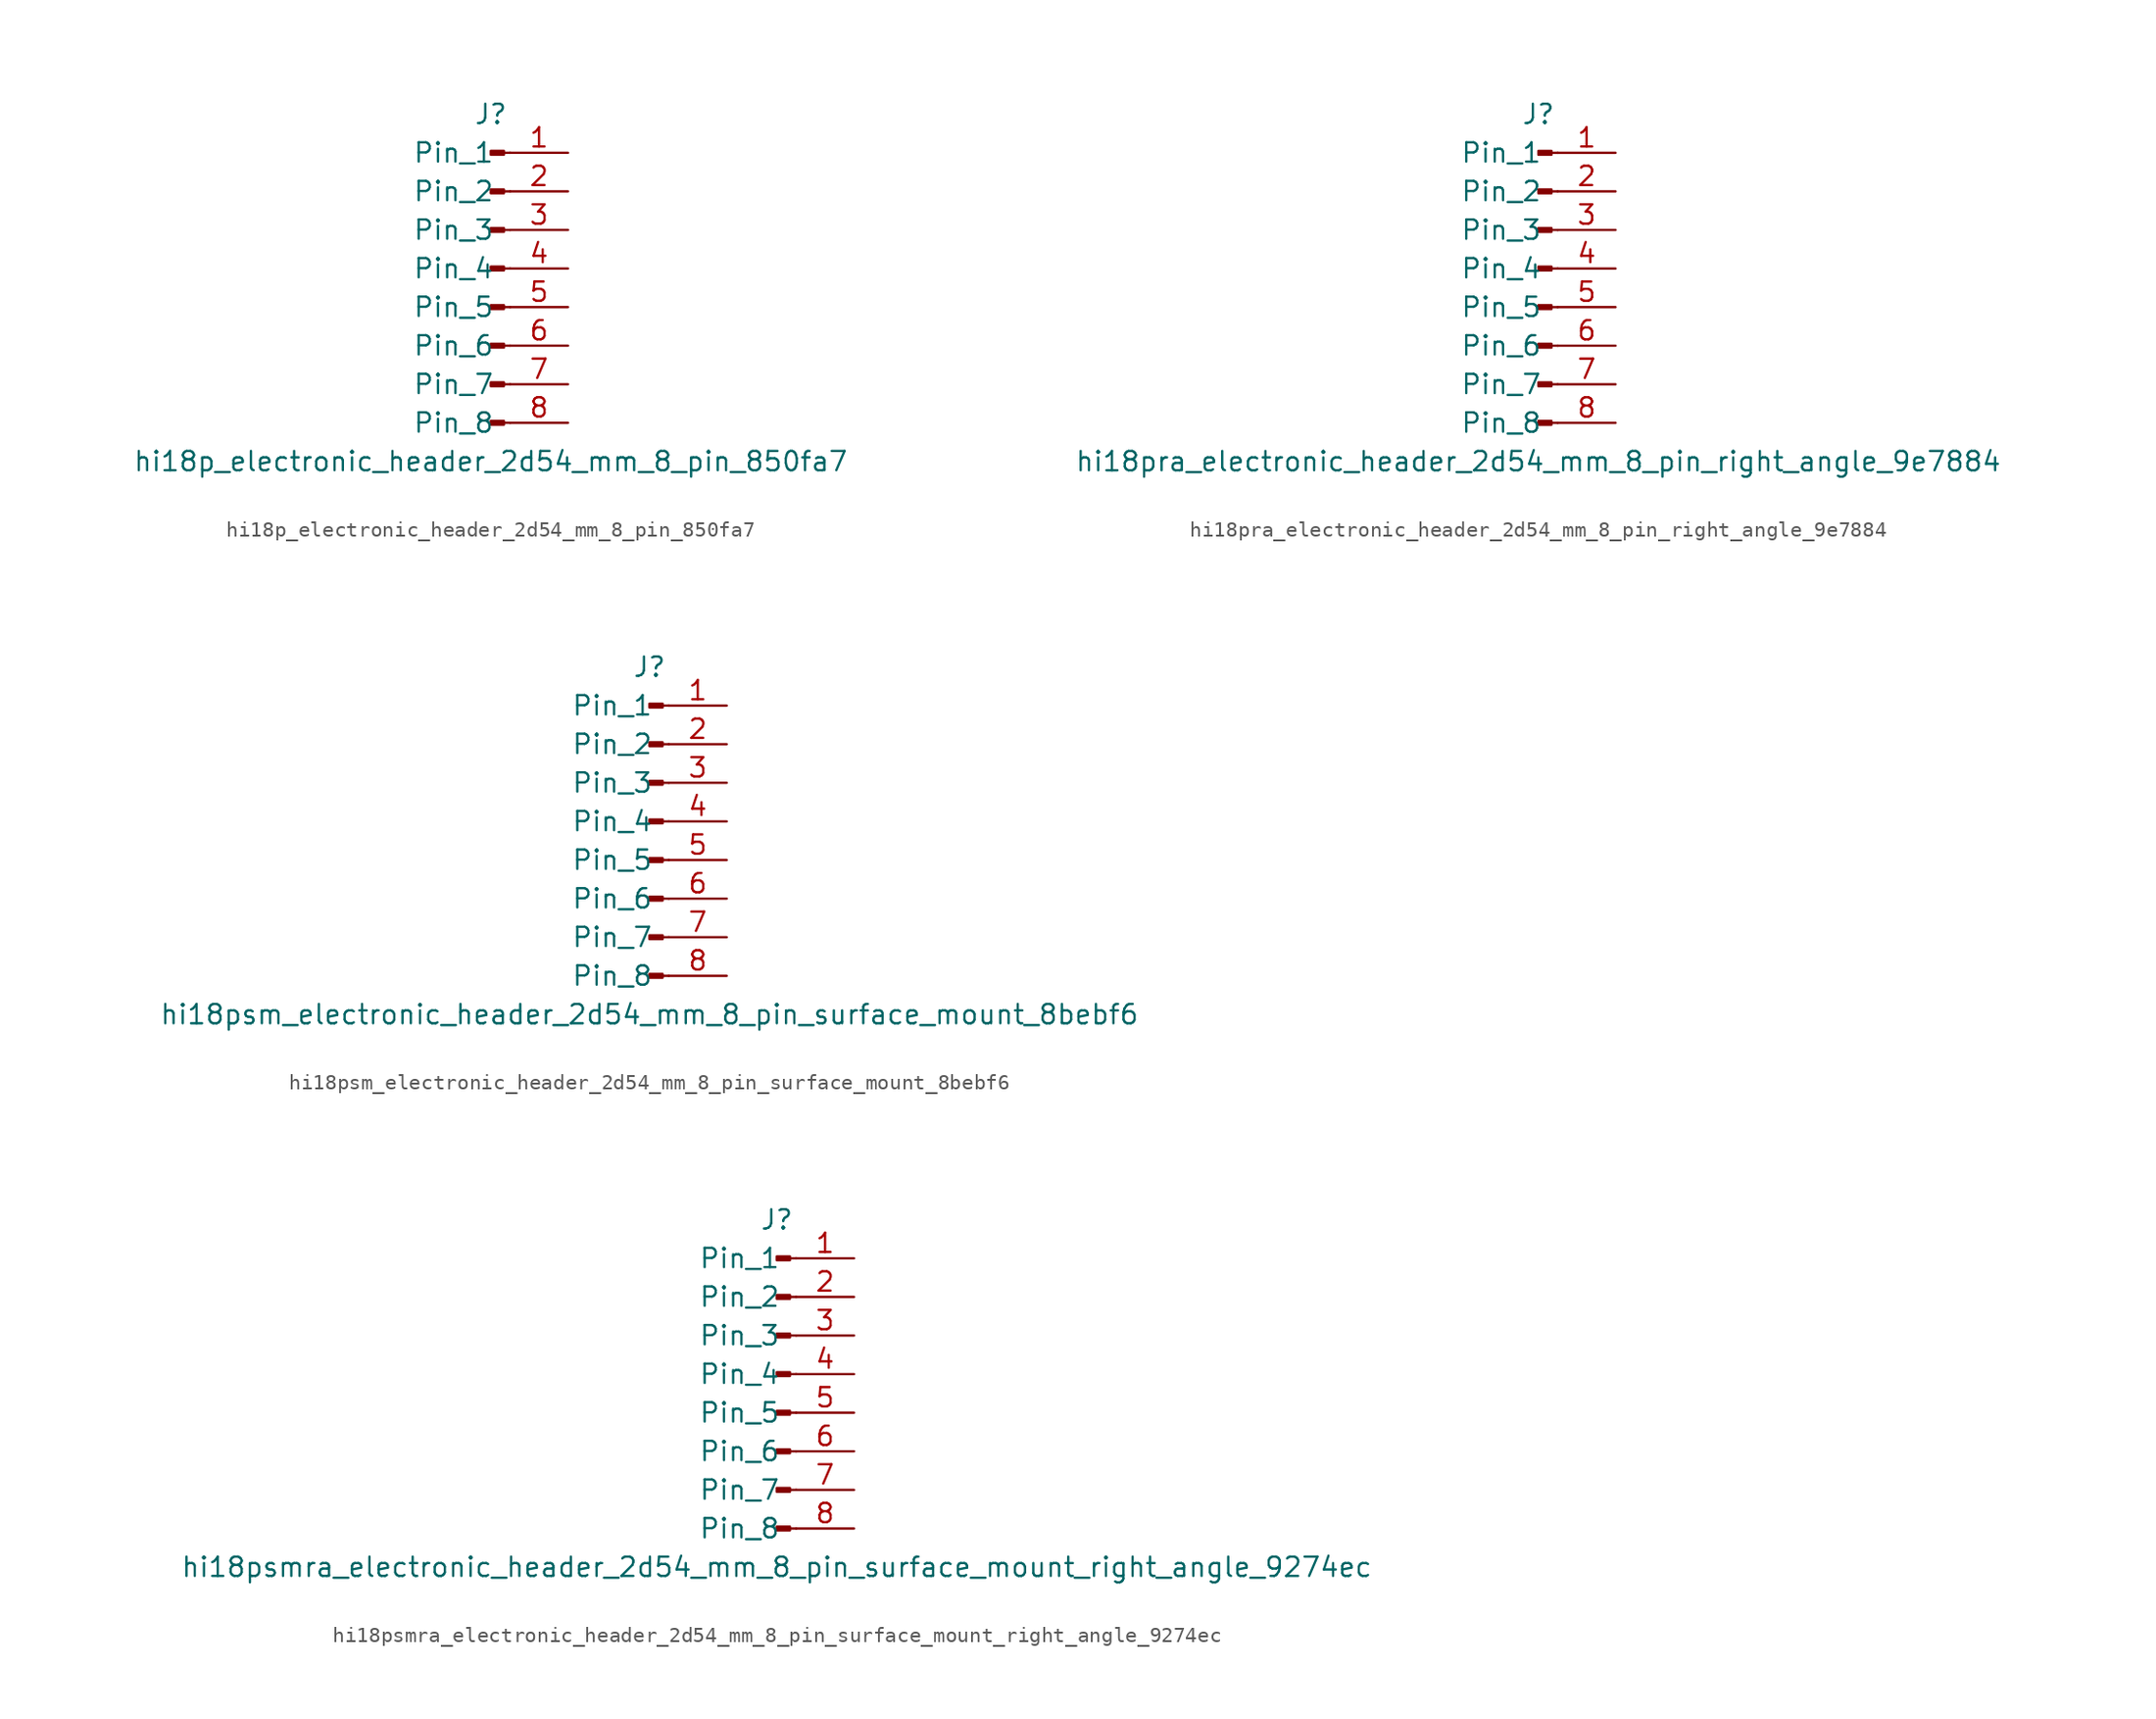
<source format=kicad_sym>
(kicad_symbol_lib
  (version 20220914)
  (generator kicad_symbol_editor)
  (symbol "hi18p_electronic_header_2d54_mm_8_pin_850fa7"
    (pin_names
      (offset 1.016))
    (property "Reference" "J"
      (at 0 10.16 0)
      (effects (font (size 1.27 1.27))))
    (property "Value" "hi18p_electronic_header_2d54_mm_8_pin_850fa7"
      (at 0 -12.7 0)
      (effects (font (size 1.27 1.27))))
    (property "ki_locked" ""
      (at 0 0 0)
      (effects (font (size 1.27 1.27))))
    (symbol "hi18p_electronic_header_2d54_mm_8_pin_850fa7_1_1"
      (polyline (pts (xy 1.27 -10.16) (xy 0.864 -10.16)) (stroke (width 0.152) (type default)) (fill (type none)))
      (polyline (pts (xy 1.27 -7.62) (xy 0.864 -7.62)) (stroke (width 0.152) (type default)) (fill (type none)))
      (polyline (pts (xy 1.27 -5.08) (xy 0.864 -5.08)) (stroke (width 0.152) (type default)) (fill (type none)))
      (polyline (pts (xy 1.27 -2.54) (xy 0.864 -2.54)) (stroke (width 0.152) (type default)) (fill (type none)))
      (polyline (pts (xy 1.27 0) (xy 0.864 0)) (stroke (width 0.152) (type default)) (fill (type none)))
      (polyline (pts (xy 1.27 2.54) (xy 0.864 2.54)) (stroke (width 0.152) (type default)) (fill (type none)))
      (polyline (pts (xy 1.27 5.08) (xy 0.864 5.08)) (stroke (width 0.152) (type default)) (fill (type none)))
      (polyline (pts (xy 1.27 7.62) (xy 0.864 7.62)) (stroke (width 0.152) (type default)) (fill (type none)))
      (rectangle (start 0.864 -10.033) (end 0 -10.287) (stroke (width 0.152) (type default)) (fill (type outline)))
      (rectangle (start 0.864 -7.493) (end 0 -7.747) (stroke (width 0.152) (type default)) (fill (type outline)))
      (rectangle (start 0.864 -4.953) (end 0 -5.207) (stroke (width 0.152) (type default)) (fill (type outline)))
      (rectangle (start 0.864 -2.413) (end 0 -2.667) (stroke (width 0.152) (type default)) (fill (type outline)))
      (rectangle (start 0.864 0.127) (end 0 -0.127) (stroke (width 0.152) (type default)) (fill (type outline)))
      (rectangle (start 0.864 2.667) (end 0 2.413) (stroke (width 0.152) (type default)) (fill (type outline)))
      (rectangle (start 0.864 5.207) (end 0 4.953) (stroke (width 0.152) (type default)) (fill (type outline)))
      (rectangle (start 0.864 7.747) (end 0 7.493) (stroke (width 0.152) (type default)) (fill (type outline)))
      (pin passive line (at 5.08 7.62 180) (length 3.81) (name "Pin_1" (effects (font (size 1.27 1.27)))) (number "1" (effects (font (size 1.27 1.27)))))
      (pin passive line (at 5.08 5.08 180) (length 3.81) (name "Pin_2" (effects (font (size 1.27 1.27)))) (number "2" (effects (font (size 1.27 1.27)))))
      (pin passive line (at 5.08 2.54 180) (length 3.81) (name "Pin_3" (effects (font (size 1.27 1.27)))) (number "3" (effects (font (size 1.27 1.27)))))
      (pin passive line (at 5.08 0 180) (length 3.81) (name "Pin_4" (effects (font (size 1.27 1.27)))) (number "4" (effects (font (size 1.27 1.27)))))
      (pin passive line (at 5.08 -2.54 180) (length 3.81) (name "Pin_5" (effects (font (size 1.27 1.27)))) (number "5" (effects (font (size 1.27 1.27)))))
      (pin passive line (at 5.08 -5.08 180) (length 3.81) (name "Pin_6" (effects (font (size 1.27 1.27)))) (number "6" (effects (font (size 1.27 1.27)))))
      (pin passive line (at 5.08 -7.62 180) (length 3.81) (name "Pin_7" (effects (font (size 1.27 1.27)))) (number "7" (effects (font (size 1.27 1.27)))))
      (pin passive line (at 5.08 -10.16 180) (length 3.81) (name "Pin_8" (effects (font (size 1.27 1.27)))) (number "8" (effects (font (size 1.27 1.27)))))))
  (symbol "hi18pra_electronic_header_2d54_mm_8_pin_right_angle_9e7884"
    (pin_names
      (offset 1.016))
    (property "Reference" "J"
      (at 0 10.16 0)
      (effects (font (size 1.27 1.27))))
    (property "Value" "hi18pra_electronic_header_2d54_mm_8_pin_right_angle_9e7884"
      (at 0 -12.7 0)
      (effects (font (size 1.27 1.27))))
    (property "ki_locked" ""
      (at 0 0 0)
      (effects (font (size 1.27 1.27))))
    (symbol "hi18pra_electronic_header_2d54_mm_8_pin_right_angle_9e7884_1_1"
      (polyline (pts (xy 1.27 -10.16) (xy 0.864 -10.16)) (stroke (width 0.152) (type default)) (fill (type none)))
      (polyline (pts (xy 1.27 -7.62) (xy 0.864 -7.62)) (stroke (width 0.152) (type default)) (fill (type none)))
      (polyline (pts (xy 1.27 -5.08) (xy 0.864 -5.08)) (stroke (width 0.152) (type default)) (fill (type none)))
      (polyline (pts (xy 1.27 -2.54) (xy 0.864 -2.54)) (stroke (width 0.152) (type default)) (fill (type none)))
      (polyline (pts (xy 1.27 0) (xy 0.864 0)) (stroke (width 0.152) (type default)) (fill (type none)))
      (polyline (pts (xy 1.27 2.54) (xy 0.864 2.54)) (stroke (width 0.152) (type default)) (fill (type none)))
      (polyline (pts (xy 1.27 5.08) (xy 0.864 5.08)) (stroke (width 0.152) (type default)) (fill (type none)))
      (polyline (pts (xy 1.27 7.62) (xy 0.864 7.62)) (stroke (width 0.152) (type default)) (fill (type none)))
      (rectangle (start 0.864 -10.033) (end 0 -10.287) (stroke (width 0.152) (type default)) (fill (type outline)))
      (rectangle (start 0.864 -7.493) (end 0 -7.747) (stroke (width 0.152) (type default)) (fill (type outline)))
      (rectangle (start 0.864 -4.953) (end 0 -5.207) (stroke (width 0.152) (type default)) (fill (type outline)))
      (rectangle (start 0.864 -2.413) (end 0 -2.667) (stroke (width 0.152) (type default)) (fill (type outline)))
      (rectangle (start 0.864 0.127) (end 0 -0.127) (stroke (width 0.152) (type default)) (fill (type outline)))
      (rectangle (start 0.864 2.667) (end 0 2.413) (stroke (width 0.152) (type default)) (fill (type outline)))
      (rectangle (start 0.864 5.207) (end 0 4.953) (stroke (width 0.152) (type default)) (fill (type outline)))
      (rectangle (start 0.864 7.747) (end 0 7.493) (stroke (width 0.152) (type default)) (fill (type outline)))
      (pin passive line (at 5.08 7.62 180) (length 3.81) (name "Pin_1" (effects (font (size 1.27 1.27)))) (number "1" (effects (font (size 1.27 1.27)))))
      (pin passive line (at 5.08 5.08 180) (length 3.81) (name "Pin_2" (effects (font (size 1.27 1.27)))) (number "2" (effects (font (size 1.27 1.27)))))
      (pin passive line (at 5.08 2.54 180) (length 3.81) (name "Pin_3" (effects (font (size 1.27 1.27)))) (number "3" (effects (font (size 1.27 1.27)))))
      (pin passive line (at 5.08 0 180) (length 3.81) (name "Pin_4" (effects (font (size 1.27 1.27)))) (number "4" (effects (font (size 1.27 1.27)))))
      (pin passive line (at 5.08 -2.54 180) (length 3.81) (name "Pin_5" (effects (font (size 1.27 1.27)))) (number "5" (effects (font (size 1.27 1.27)))))
      (pin passive line (at 5.08 -5.08 180) (length 3.81) (name "Pin_6" (effects (font (size 1.27 1.27)))) (number "6" (effects (font (size 1.27 1.27)))))
      (pin passive line (at 5.08 -7.62 180) (length 3.81) (name "Pin_7" (effects (font (size 1.27 1.27)))) (number "7" (effects (font (size 1.27 1.27)))))
      (pin passive line (at 5.08 -10.16 180) (length 3.81) (name "Pin_8" (effects (font (size 1.27 1.27)))) (number "8" (effects (font (size 1.27 1.27)))))))
  (symbol "hi18psm_electronic_header_2d54_mm_8_pin_surface_mount_8bebf6"
    (pin_names
      (offset 1.016))
    (property "Reference" "J"
      (at 0 10.16 0)
      (effects (font (size 1.27 1.27))))
    (property "Value" "hi18psm_electronic_header_2d54_mm_8_pin_surface_mount_8bebf6"
      (at 0 -12.7 0)
      (effects (font (size 1.27 1.27))))
    (property "ki_locked" ""
      (at 0 0 0)
      (effects (font (size 1.27 1.27))))
    (symbol "hi18psm_electronic_header_2d54_mm_8_pin_surface_mount_8bebf6_1_1"
      (polyline (pts (xy 1.27 -10.16) (xy 0.864 -10.16)) (stroke (width 0.152) (type default)) (fill (type none)))
      (polyline (pts (xy 1.27 -7.62) (xy 0.864 -7.62)) (stroke (width 0.152) (type default)) (fill (type none)))
      (polyline (pts (xy 1.27 -5.08) (xy 0.864 -5.08)) (stroke (width 0.152) (type default)) (fill (type none)))
      (polyline (pts (xy 1.27 -2.54) (xy 0.864 -2.54)) (stroke (width 0.152) (type default)) (fill (type none)))
      (polyline (pts (xy 1.27 0) (xy 0.864 0)) (stroke (width 0.152) (type default)) (fill (type none)))
      (polyline (pts (xy 1.27 2.54) (xy 0.864 2.54)) (stroke (width 0.152) (type default)) (fill (type none)))
      (polyline (pts (xy 1.27 5.08) (xy 0.864 5.08)) (stroke (width 0.152) (type default)) (fill (type none)))
      (polyline (pts (xy 1.27 7.62) (xy 0.864 7.62)) (stroke (width 0.152) (type default)) (fill (type none)))
      (rectangle (start 0.864 -10.033) (end 0 -10.287) (stroke (width 0.152) (type default)) (fill (type outline)))
      (rectangle (start 0.864 -7.493) (end 0 -7.747) (stroke (width 0.152) (type default)) (fill (type outline)))
      (rectangle (start 0.864 -4.953) (end 0 -5.207) (stroke (width 0.152) (type default)) (fill (type outline)))
      (rectangle (start 0.864 -2.413) (end 0 -2.667) (stroke (width 0.152) (type default)) (fill (type outline)))
      (rectangle (start 0.864 0.127) (end 0 -0.127) (stroke (width 0.152) (type default)) (fill (type outline)))
      (rectangle (start 0.864 2.667) (end 0 2.413) (stroke (width 0.152) (type default)) (fill (type outline)))
      (rectangle (start 0.864 5.207) (end 0 4.953) (stroke (width 0.152) (type default)) (fill (type outline)))
      (rectangle (start 0.864 7.747) (end 0 7.493) (stroke (width 0.152) (type default)) (fill (type outline)))
      (pin passive line (at 5.08 7.62 180) (length 3.81) (name "Pin_1" (effects (font (size 1.27 1.27)))) (number "1" (effects (font (size 1.27 1.27)))))
      (pin passive line (at 5.08 5.08 180) (length 3.81) (name "Pin_2" (effects (font (size 1.27 1.27)))) (number "2" (effects (font (size 1.27 1.27)))))
      (pin passive line (at 5.08 2.54 180) (length 3.81) (name "Pin_3" (effects (font (size 1.27 1.27)))) (number "3" (effects (font (size 1.27 1.27)))))
      (pin passive line (at 5.08 0 180) (length 3.81) (name "Pin_4" (effects (font (size 1.27 1.27)))) (number "4" (effects (font (size 1.27 1.27)))))
      (pin passive line (at 5.08 -2.54 180) (length 3.81) (name "Pin_5" (effects (font (size 1.27 1.27)))) (number "5" (effects (font (size 1.27 1.27)))))
      (pin passive line (at 5.08 -5.08 180) (length 3.81) (name "Pin_6" (effects (font (size 1.27 1.27)))) (number "6" (effects (font (size 1.27 1.27)))))
      (pin passive line (at 5.08 -7.62 180) (length 3.81) (name "Pin_7" (effects (font (size 1.27 1.27)))) (number "7" (effects (font (size 1.27 1.27)))))
      (pin passive line (at 5.08 -10.16 180) (length 3.81) (name "Pin_8" (effects (font (size 1.27 1.27)))) (number "8" (effects (font (size 1.27 1.27)))))))
  (symbol "hi18psmra_electronic_header_2d54_mm_8_pin_surface_mount_right_angle_9274ec"
    (pin_names
      (offset 1.016))
    (property "Reference" "J"
      (at 0 10.16 0)
      (effects (font (size 1.27 1.27))))
    (property "Value" "hi18psmra_electronic_header_2d54_mm_8_pin_surface_mount_right_angle_9274ec"
      (at 0 -12.7 0)
      (effects (font (size 1.27 1.27))))
    (property "ki_locked" ""
      (at 0 0 0)
      (effects (font (size 1.27 1.27))))
    (symbol "hi18psmra_electronic_header_2d54_mm_8_pin_surface_mount_right_angle_9274ec_1_1"
      (polyline (pts (xy 1.27 -10.16) (xy 0.864 -10.16)) (stroke (width 0.152) (type default)) (fill (type none)))
      (polyline (pts (xy 1.27 -7.62) (xy 0.864 -7.62)) (stroke (width 0.152) (type default)) (fill (type none)))
      (polyline (pts (xy 1.27 -5.08) (xy 0.864 -5.08)) (stroke (width 0.152) (type default)) (fill (type none)))
      (polyline (pts (xy 1.27 -2.54) (xy 0.864 -2.54)) (stroke (width 0.152) (type default)) (fill (type none)))
      (polyline (pts (xy 1.27 0) (xy 0.864 0)) (stroke (width 0.152) (type default)) (fill (type none)))
      (polyline (pts (xy 1.27 2.54) (xy 0.864 2.54)) (stroke (width 0.152) (type default)) (fill (type none)))
      (polyline (pts (xy 1.27 5.08) (xy 0.864 5.08)) (stroke (width 0.152) (type default)) (fill (type none)))
      (polyline (pts (xy 1.27 7.62) (xy 0.864 7.62)) (stroke (width 0.152) (type default)) (fill (type none)))
      (rectangle (start 0.864 -10.033) (end 0 -10.287) (stroke (width 0.152) (type default)) (fill (type outline)))
      (rectangle (start 0.864 -7.493) (end 0 -7.747) (stroke (width 0.152) (type default)) (fill (type outline)))
      (rectangle (start 0.864 -4.953) (end 0 -5.207) (stroke (width 0.152) (type default)) (fill (type outline)))
      (rectangle (start 0.864 -2.413) (end 0 -2.667) (stroke (width 0.152) (type default)) (fill (type outline)))
      (rectangle (start 0.864 0.127) (end 0 -0.127) (stroke (width 0.152) (type default)) (fill (type outline)))
      (rectangle (start 0.864 2.667) (end 0 2.413) (stroke (width 0.152) (type default)) (fill (type outline)))
      (rectangle (start 0.864 5.207) (end 0 4.953) (stroke (width 0.152) (type default)) (fill (type outline)))
      (rectangle (start 0.864 7.747) (end 0 7.493) (stroke (width 0.152) (type default)) (fill (type outline)))
      (pin passive line (at 5.08 7.62 180) (length 3.81) (name "Pin_1" (effects (font (size 1.27 1.27)))) (number "1" (effects (font (size 1.27 1.27)))))
      (pin passive line (at 5.08 5.08 180) (length 3.81) (name "Pin_2" (effects (font (size 1.27 1.27)))) (number "2" (effects (font (size 1.27 1.27)))))
      (pin passive line (at 5.08 2.54 180) (length 3.81) (name "Pin_3" (effects (font (size 1.27 1.27)))) (number "3" (effects (font (size 1.27 1.27)))))
      (pin passive line (at 5.08 0 180) (length 3.81) (name "Pin_4" (effects (font (size 1.27 1.27)))) (number "4" (effects (font (size 1.27 1.27)))))
      (pin passive line (at 5.08 -2.54 180) (length 3.81) (name "Pin_5" (effects (font (size 1.27 1.27)))) (number "5" (effects (font (size 1.27 1.27)))))
      (pin passive line (at 5.08 -5.08 180) (length 3.81) (name "Pin_6" (effects (font (size 1.27 1.27)))) (number "6" (effects (font (size 1.27 1.27)))))
      (pin passive line (at 5.08 -7.62 180) (length 3.81) (name "Pin_7" (effects (font (size 1.27 1.27)))) (number "7" (effects (font (size 1.27 1.27)))))
      (pin passive line (at 5.08 -10.16 180) (length 3.81) (name "Pin_8" (effects (font (size 1.27 1.27)))) (number "8" (effects (font (size 1.27 1.27))))))))
</source>
